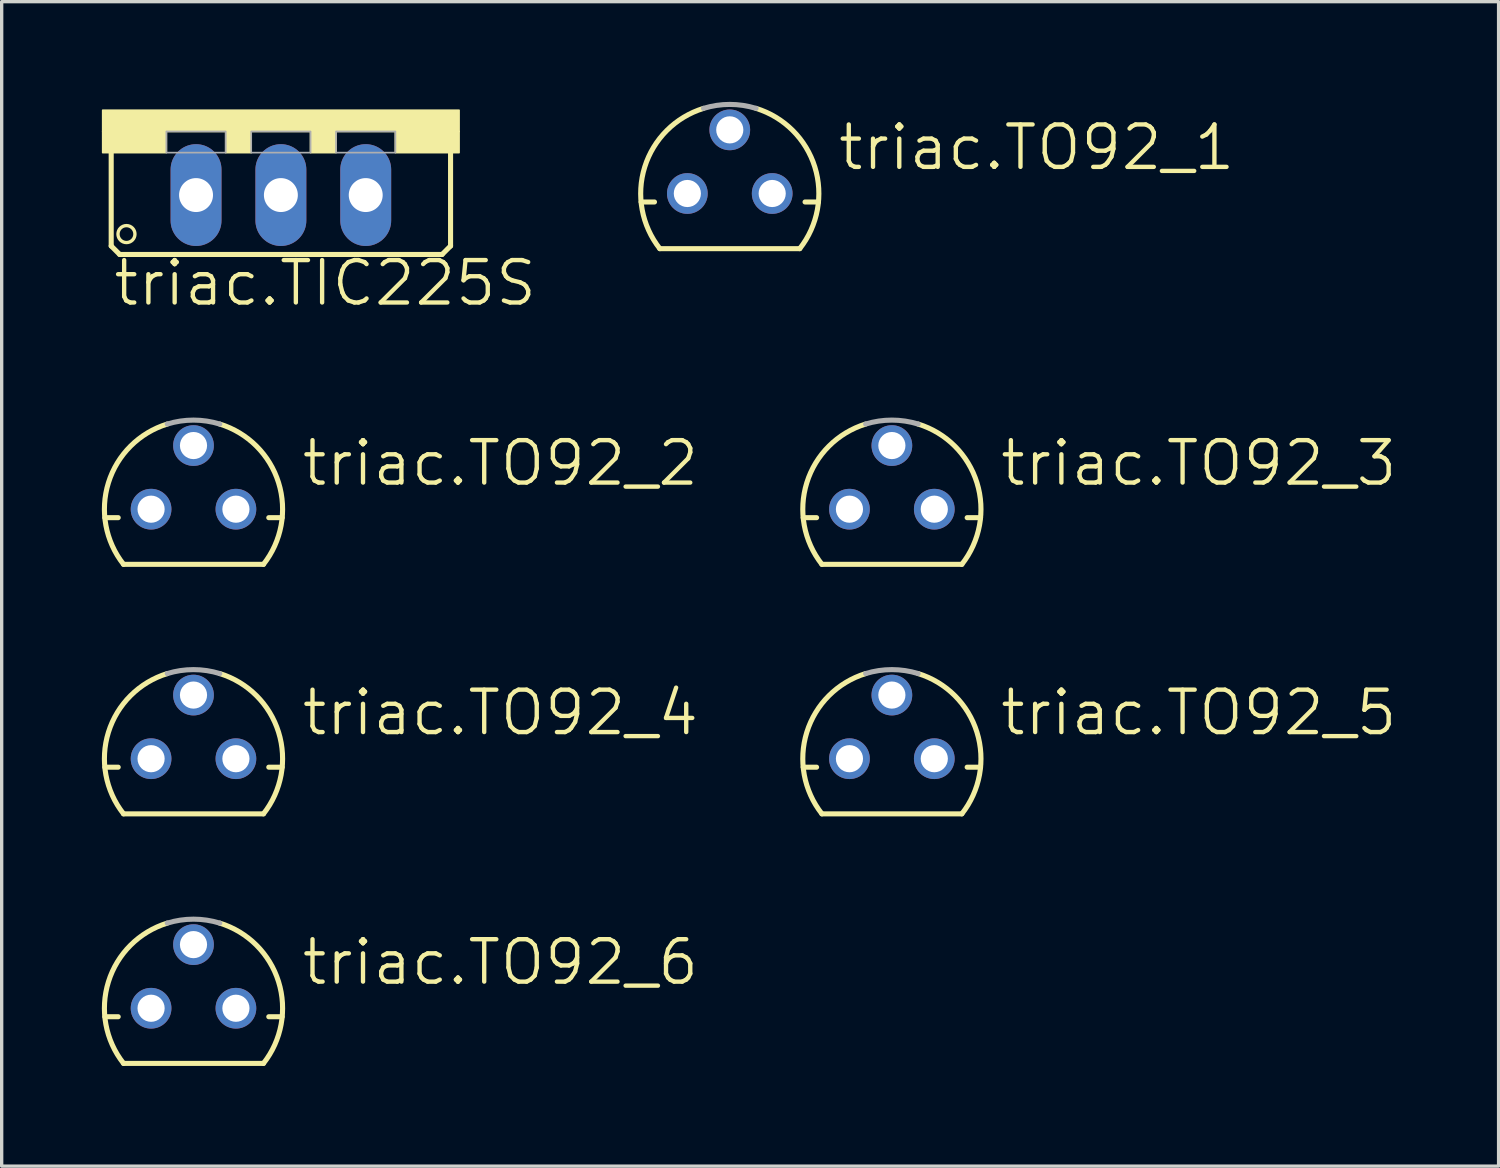
<source format=kicad_pcb>
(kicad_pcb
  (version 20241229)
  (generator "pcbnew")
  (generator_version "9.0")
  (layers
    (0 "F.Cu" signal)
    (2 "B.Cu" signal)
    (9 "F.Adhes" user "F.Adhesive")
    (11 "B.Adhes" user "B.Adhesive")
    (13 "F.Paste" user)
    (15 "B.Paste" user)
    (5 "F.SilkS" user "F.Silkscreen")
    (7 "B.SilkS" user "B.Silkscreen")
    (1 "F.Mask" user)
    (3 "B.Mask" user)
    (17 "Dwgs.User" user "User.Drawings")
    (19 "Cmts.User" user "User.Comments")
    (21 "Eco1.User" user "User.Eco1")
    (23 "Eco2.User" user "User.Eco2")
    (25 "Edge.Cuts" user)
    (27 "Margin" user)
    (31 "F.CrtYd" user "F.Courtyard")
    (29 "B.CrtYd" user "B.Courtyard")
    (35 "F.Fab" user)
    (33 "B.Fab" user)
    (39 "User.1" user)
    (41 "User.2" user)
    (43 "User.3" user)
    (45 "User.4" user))
  (footprint "triac.TO92_1"
    (layer "F.Cu")
    (at 18.798 2.743)
    (property "Reference" "triac.TO92_1" (at 3.175 -0.635 0) (layer "F.SilkS") (effects (font (size 1.27 1.27) (thickness 0.13)) (justify left bottom)))
    (attr through_hole)
    (fp_line (start -2.655 0.254) (end -2.254 0.254) (stroke (width 0.152) (type default)) (layer "F.SilkS"))
    (fp_line (start -2.095 1.651) (end 2.095 1.651) (stroke (width 0.152) (type default)) (layer "F.SilkS"))
    (fp_line (start 2.254 0.254) (end 2.655 0.254) (stroke (width 0.152) (type default)) (layer "F.SilkS"))
    (fp_arc (start -2.0946 1.651) (mid -2.54634 -0.793276) (end -0.7863 -2.5485) (stroke (width 0.1524) (type default)) (layer "F.SilkS"))
    (fp_arc (start 0.7868 -2.5484) (mid 2.54677 -0.793201) (end 2.095 1.651) (stroke (width 0.1524) (type default)) (layer "F.SilkS"))
    (fp_arc (start -0.7863 -2.5485) (mid 0 -2.667043) (end 0.7863 -2.5485) (stroke (width 0.1524) (type default)) (layer "F.Fab"))
    (pad "B1" thru_hole circle (at -1.27 0) (size 1.219 1.219) (drill 0.813) (layers "*.Cu" "*.Mask"))
    (pad "B2" thru_hole circle (at 1.27 0) (size 1.219 1.219) (drill 0.813) (layers "*.Cu" "*.Mask"))
    (pad "E" thru_hole circle (at 0 -1.905) (size 1.219 1.219) (drill 0.813) (layers "*.Cu" "*.Mask")))
  (footprint "triac.TIC225S"
    (layer "F.Cu")
    (at 5.359 0.25)
    (property "Reference" "triac.TIC225S" (at -5.08 5.918 0) (layer "F.SilkS") (effects (font (size 1.27 1.27) (thickness 0.13)) (justify left bottom)))
    (attr through_hole)
    (fp_line (start -5.08 4.064) (end -5.08 1.143) (stroke (width 0.152) (type default)) (layer "F.SilkS"))
    (fp_line (start -5.08 4.064) (end -4.826 4.318) (stroke (width 0.152) (type default)) (layer "F.SilkS"))
    (fp_line (start 4.826 4.318) (end -4.826 4.318) (stroke (width 0.152) (type default)) (layer "F.SilkS"))
    (fp_line (start 4.826 4.318) (end 5.08 4.064) (stroke (width 0.152) (type default)) (layer "F.SilkS"))
    (fp_line (start 5.08 1.143) (end 5.08 4.064) (stroke (width 0.152) (type default)) (layer "F.SilkS"))
    (fp_rect (start -5.334 0.635) (end 5.334 0) (stroke (width 0.05) (type default)) (fill yes) (layer "F.SilkS"))
    (fp_rect (start -5.334 1.27) (end -3.429 0.635) (stroke (width 0.05) (type default)) (fill yes) (layer "F.SilkS"))
    (fp_rect (start -1.651 1.27) (end -0.889 0.635) (stroke (width 0.05) (type default)) (fill yes) (layer "F.SilkS"))
    (fp_rect (start 0.889 1.27) (end 1.651 0.635) (stroke (width 0.05) (type default)) (fill yes) (layer "F.SilkS"))
    (fp_rect (start 3.429 1.27) (end 5.334 0.635) (stroke (width 0.05) (type default)) (fill yes) (layer "F.SilkS"))
    (fp_circle (center -4.623 3.708) (end -4.369 3.708) (stroke (width 0.1) (type default)) (fill no) (layer "F.SilkS"))
    (fp_rect (start -3.429 1.27) (end -1.651 0.635) (stroke (width 0.05) (type default)) (fill no) (layer "F.Fab"))
    (fp_rect (start -0.889 1.27) (end 0.889 0.635) (stroke (width 0.05) (type default)) (fill no) (layer "F.Fab"))
    (fp_rect (start 1.651 1.27) (end 3.429 0.635) (stroke (width 0.05) (type default)) (fill no) (layer "F.Fab"))
    (pad "A1" thru_hole oval (at -2.54 2.54 90) (size 3.048 1.524) (drill 1.016) (layers "*.Cu" "*.Mask"))
    (pad "A2" thru_hole oval (at 0 2.54 90) (size 3.048 1.524) (drill 1.016) (layers "*.Cu" "*.Mask"))
    (pad "G" thru_hole oval (at 2.54 2.54 90) (size 3.048 1.524) (drill 1.016) (layers "*.Cu" "*.Mask")))
  (footprint "triac.TO92_6"
    (layer "F.Cu")
    (at 2.743 27.135)
    (property "Reference" "triac.TO92_6" (at 3.175 -0.635 0) (layer "F.SilkS") (effects (font (size 1.27 1.27) (thickness 0.13)) (justify left bottom)))
    (attr through_hole)
    (fp_line (start -2.655 0.254) (end -2.254 0.254) (stroke (width 0.152) (type default)) (layer "F.SilkS"))
    (fp_line (start -2.095 1.651) (end 2.095 1.651) (stroke (width 0.152) (type default)) (layer "F.SilkS"))
    (fp_line (start 2.254 0.254) (end 2.655 0.254) (stroke (width 0.152) (type default)) (layer "F.SilkS"))
    (fp_arc (start -2.0946 1.651) (mid -2.54634 -0.793276) (end -0.7863 -2.5485) (stroke (width 0.1524) (type default)) (layer "F.SilkS"))
    (fp_arc (start 0.7868 -2.5484) (mid 2.54677 -0.793201) (end 2.095 1.651) (stroke (width 0.1524) (type default)) (layer "F.SilkS"))
    (fp_arc (start -0.7863 -2.5485) (mid 0 -2.667043) (end 0.7863 -2.5485) (stroke (width 0.1524) (type default)) (layer "F.Fab"))
    (pad "A1" thru_hole circle (at 1.27 0) (size 1.219 1.219) (drill 0.813) (layers "*.Cu" "*.Mask"))
    (pad "A2" thru_hole circle (at 0 -1.905) (size 1.219 1.219) (drill 0.813) (layers "*.Cu" "*.Mask"))
    (pad "G" thru_hole circle (at -1.27 0) (size 1.219 1.219) (drill 0.813) (layers "*.Cu" "*.Mask")))
  (footprint "triac.TO92_4"
    (layer "F.Cu")
    (at 2.743 19.664)
    (property "Reference" "triac.TO92_4" (at 3.175 -0.635 0) (layer "F.SilkS") (effects (font (size 1.27 1.27) (thickness 0.13)) (justify left bottom)))
    (attr through_hole)
    (fp_line (start -2.655 0.254) (end -2.254 0.254) (stroke (width 0.152) (type default)) (layer "F.SilkS"))
    (fp_line (start -2.095 1.651) (end 2.095 1.651) (stroke (width 0.152) (type default)) (layer "F.SilkS"))
    (fp_line (start 2.254 0.254) (end 2.655 0.254) (stroke (width 0.152) (type default)) (layer "F.SilkS"))
    (fp_arc (start -2.0946 1.651) (mid -2.54634 -0.793276) (end -0.7863 -2.5485) (stroke (width 0.1524) (type default)) (layer "F.SilkS"))
    (fp_arc (start 0.7868 -2.5484) (mid 2.54677 -0.793201) (end 2.095 1.651) (stroke (width 0.1524) (type default)) (layer "F.SilkS"))
    (fp_arc (start -0.7863 -2.5485) (mid 0 -2.667043) (end 0.7863 -2.5485) (stroke (width 0.1524) (type default)) (layer "F.Fab"))
    (pad "A" thru_hole circle (at -1.27 0) (size 1.219 1.219) (drill 0.813) (layers "*.Cu" "*.Mask"))
    (pad "C" thru_hole circle (at 1.27 0) (size 1.219 1.219) (drill 0.813) (layers "*.Cu" "*.Mask"))
    (pad "G" thru_hole circle (at 0 -1.905) (size 1.219 1.219) (drill 0.813) (layers "*.Cu" "*.Mask")))
  (footprint "triac.TO92_3"
    (layer "F.Cu")
    (at 23.651 12.194)
    (property "Reference" "triac.TO92_3" (at 3.175 -0.635 0) (layer "F.SilkS") (effects (font (size 1.27 1.27) (thickness 0.13)) (justify left bottom)))
    (attr through_hole)
    (fp_line (start -2.655 0.254) (end -2.254 0.254) (stroke (width 0.152) (type default)) (layer "F.SilkS"))
    (fp_line (start -2.095 1.651) (end 2.095 1.651) (stroke (width 0.152) (type default)) (layer "F.SilkS"))
    (fp_line (start 2.254 0.254) (end 2.655 0.254) (stroke (width 0.152) (type default)) (layer "F.SilkS"))
    (fp_arc (start -2.0946 1.651) (mid -2.54634 -0.793276) (end -0.7863 -2.5485) (stroke (width 0.1524) (type default)) (layer "F.SilkS"))
    (fp_arc (start 0.7868 -2.5484) (mid 2.54677 -0.793201) (end 2.095 1.651) (stroke (width 0.1524) (type default)) (layer "F.SilkS"))
    (fp_arc (start -0.7863 -2.5485) (mid 0 -2.667043) (end 0.7863 -2.5485) (stroke (width 0.1524) (type default)) (layer "F.Fab"))
    (pad "A1" thru_hole circle (at -1.27 0) (size 1.219 1.219) (drill 0.813) (layers "*.Cu" "*.Mask"))
    (pad "A2" thru_hole circle (at 1.27 0) (size 1.219 1.219) (drill 0.813) (layers "*.Cu" "*.Mask"))
    (pad "G" thru_hole circle (at 0 -1.905) (size 1.219 1.219) (drill 0.813) (layers "*.Cu" "*.Mask")))
  (footprint "triac.TO92_2"
    (layer "F.Cu")
    (at 2.743 12.194)
    (property "Reference" "triac.TO92_2" (at 3.175 -0.635 0) (layer "F.SilkS") (effects (font (size 1.27 1.27) (thickness 0.13)) (justify left bottom)))
    (attr through_hole)
    (fp_line (start -2.655 0.254) (end -2.254 0.254) (stroke (width 0.152) (type default)) (layer "F.SilkS"))
    (fp_line (start -2.095 1.651) (end 2.095 1.651) (stroke (width 0.152) (type default)) (layer "F.SilkS"))
    (fp_line (start 2.254 0.254) (end 2.655 0.254) (stroke (width 0.152) (type default)) (layer "F.SilkS"))
    (fp_arc (start -2.0946 1.651) (mid -2.54634 -0.793276) (end -0.7863 -2.5485) (stroke (width 0.1524) (type default)) (layer "F.SilkS"))
    (fp_arc (start 0.7868 -2.5484) (mid 2.54677 -0.793201) (end 2.095 1.651) (stroke (width 0.1524) (type default)) (layer "F.SilkS"))
    (fp_arc (start -0.7863 -2.5485) (mid 0 -2.667043) (end 0.7863 -2.5485) (stroke (width 0.1524) (type default)) (layer "F.Fab"))
    (pad "A" thru_hole circle (at 1.27 0) (size 1.219 1.219) (drill 0.813) (layers "*.Cu" "*.Mask"))
    (pad "C" thru_hole circle (at -1.27 0) (size 1.219 1.219) (drill 0.813) (layers "*.Cu" "*.Mask"))
    (pad "G" thru_hole circle (at 0 -1.905) (size 1.219 1.219) (drill 0.813) (layers "*.Cu" "*.Mask")))
  (footprint "triac.TO92_5"
    (layer "F.Cu")
    (at 23.651 19.664)
    (property "Reference" "triac.TO92_5" (at 3.175 -0.635 0) (layer "F.SilkS") (effects (font (size 1.27 1.27) (thickness 0.13)) (justify left bottom)))
    (attr through_hole)
    (fp_line (start -2.655 0.254) (end -2.254 0.254) (stroke (width 0.152) (type default)) (layer "F.SilkS"))
    (fp_line (start -2.095 1.651) (end 2.095 1.651) (stroke (width 0.152) (type default)) (layer "F.SilkS"))
    (fp_line (start 2.254 0.254) (end 2.655 0.254) (stroke (width 0.152) (type default)) (layer "F.SilkS"))
    (fp_arc (start -2.0946 1.651) (mid -2.54634 -0.793276) (end -0.7863 -2.5485) (stroke (width 0.1524) (type default)) (layer "F.SilkS"))
    (fp_arc (start 0.7868 -2.5484) (mid 2.54677 -0.793201) (end 2.095 1.651) (stroke (width 0.1524) (type default)) (layer "F.SilkS"))
    (fp_arc (start -0.7863 -2.5485) (mid 0 -2.667043) (end 0.7863 -2.5485) (stroke (width 0.1524) (type default)) (layer "F.Fab"))
    (pad "A" thru_hole circle (at 0 -1.905) (size 1.219 1.219) (drill 0.813) (layers "*.Cu" "*.Mask"))
    (pad "C" thru_hole circle (at 1.27 0) (size 1.219 1.219) (drill 0.813) (layers "*.Cu" "*.Mask"))
    (pad "G" thru_hole circle (at -1.27 0) (size 1.219 1.219) (drill 0.813) (layers "*.Cu" "*.Mask")))
  (gr_rect
    (start -3 -3)
    (end 41.815 31.862)
    (stroke (width 0.1) (type default))
    (fill no)
    (layer "Edge.Cuts")))
</source>
